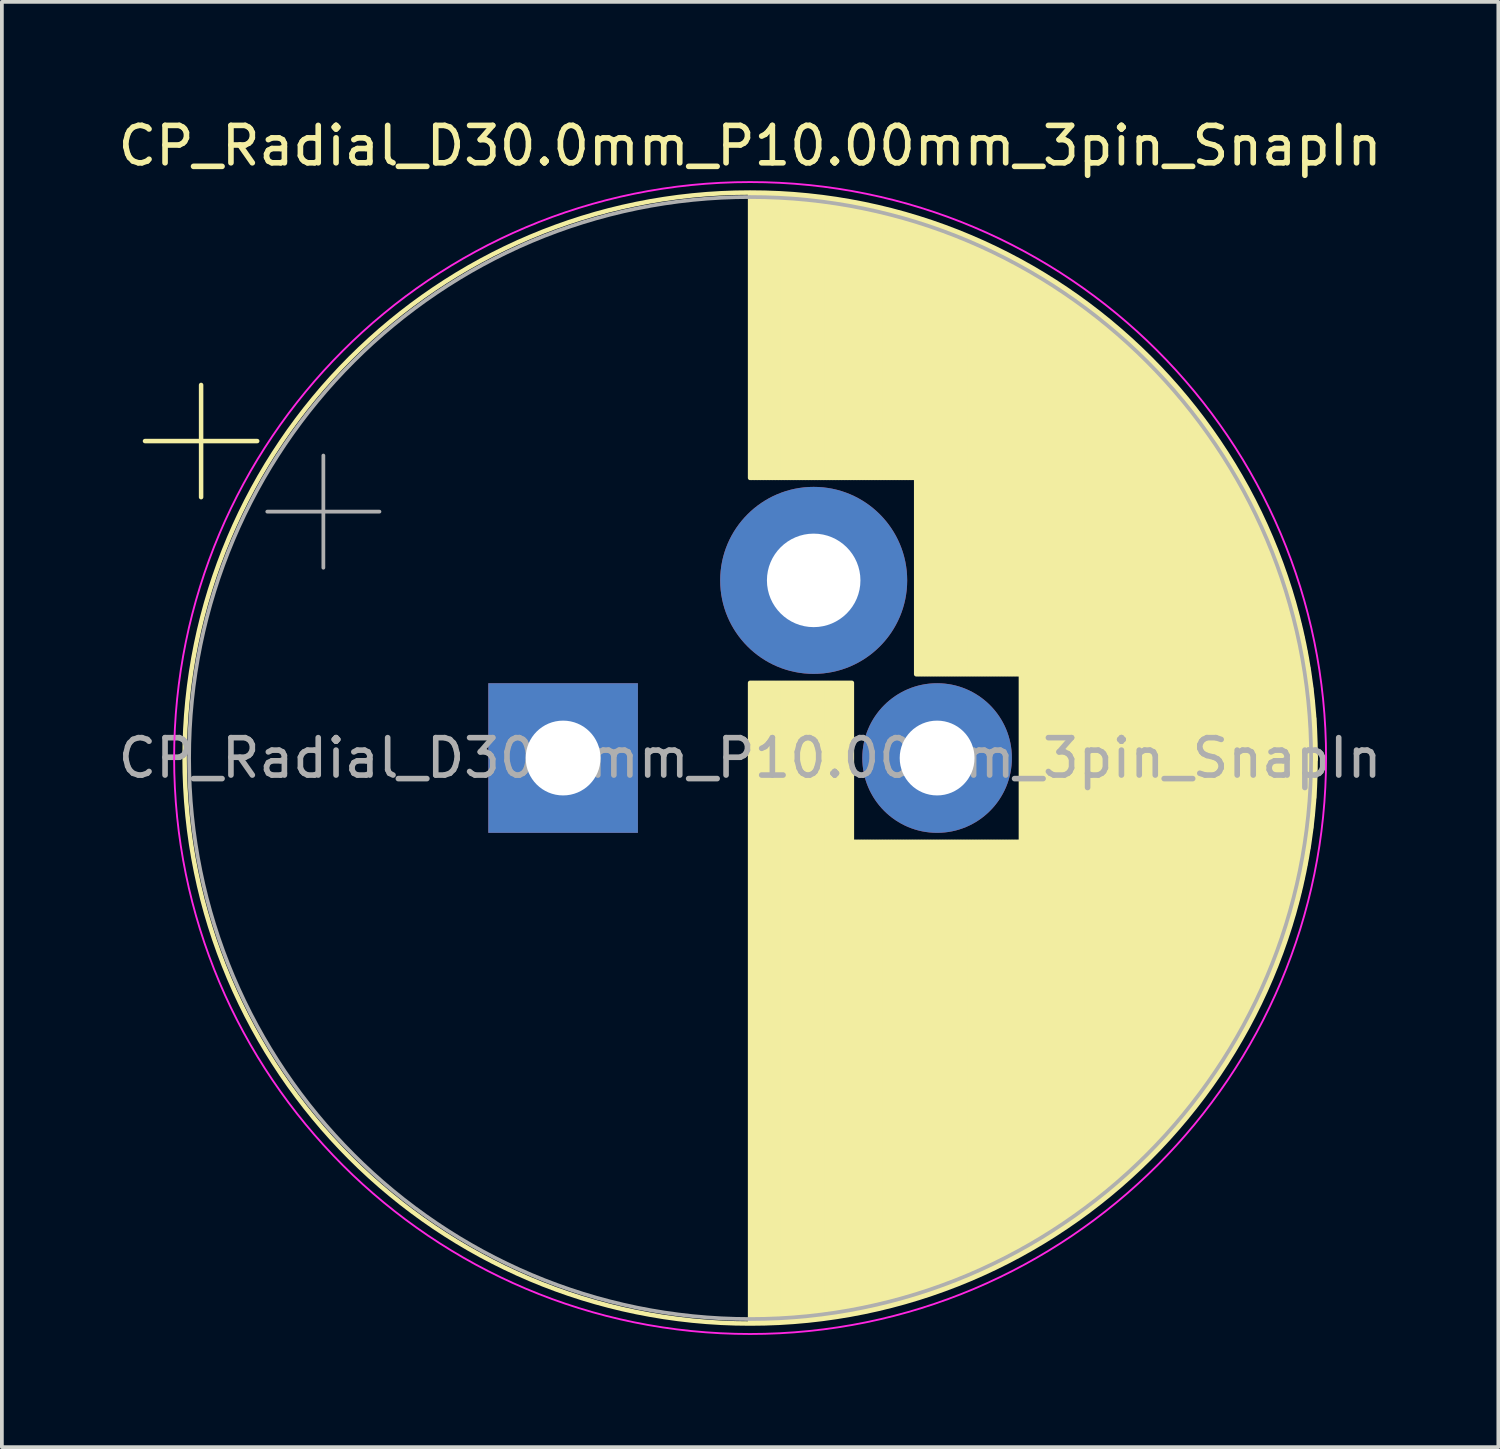
<source format=kicad_pcb>
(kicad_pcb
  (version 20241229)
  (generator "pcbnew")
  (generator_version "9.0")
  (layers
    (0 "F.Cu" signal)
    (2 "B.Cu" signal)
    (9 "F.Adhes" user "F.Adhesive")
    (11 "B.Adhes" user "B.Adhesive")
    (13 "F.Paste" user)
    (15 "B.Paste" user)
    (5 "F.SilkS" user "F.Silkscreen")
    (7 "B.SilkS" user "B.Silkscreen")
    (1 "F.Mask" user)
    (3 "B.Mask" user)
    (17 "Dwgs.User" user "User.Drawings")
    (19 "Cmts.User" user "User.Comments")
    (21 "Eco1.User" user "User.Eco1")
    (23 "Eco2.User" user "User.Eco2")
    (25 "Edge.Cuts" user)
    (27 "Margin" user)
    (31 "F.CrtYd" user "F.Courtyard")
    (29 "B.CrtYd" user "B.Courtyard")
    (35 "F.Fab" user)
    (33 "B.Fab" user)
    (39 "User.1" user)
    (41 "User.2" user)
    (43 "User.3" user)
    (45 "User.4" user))
  (footprint "CP_Radial_D30.0mm_P10.00mm_3pin_SnapIn"
    (layer "F.Cu")
    (at 12.006 17.218)
    (property "Reference" "CP_Radial_D30.0mm_P10.00mm_3pin_SnapIn" (at 5 -16.37 0) (layer "F.SilkS") (effects (font (size 1 1) (thickness 0.15))))
    (attr through_hole)
    (fp_line (start -11.179 -8.475) (end -8.179 -8.475) (stroke (width 0.12) (type solid)) (layer "F.SilkS"))
    (fp_line (start -9.679 -9.975) (end -9.679 -6.975) (stroke (width 0.12) (type solid)) (layer "F.SilkS"))
    (fp_line (start 5 -15.081) (end 5 -7.49) (stroke (width 0.12) (type solid)) (layer "F.SilkS"))
    (fp_line (start 5 -2.01) (end 5 15.081) (stroke (width 0.12) (type solid)) (layer "F.SilkS"))
    (fp_line (start 5.04 -15.08) (end 5.04 -7.49) (stroke (width 0.12) (type solid)) (layer "F.SilkS"))
    (fp_line (start 5.04 -2.01) (end 5.04 15.08) (stroke (width 0.12) (type solid)) (layer "F.SilkS"))
    (fp_line (start 5.08 -15.08) (end 5.08 -7.49) (stroke (width 0.12) (type solid)) (layer "F.SilkS"))
    (fp_line (start 5.08 -2.01) (end 5.08 15.08) (stroke (width 0.12) (type solid)) (layer "F.SilkS"))
    (fp_line (start 5.12 -15.08) (end 5.12 -7.49) (stroke (width 0.12) (type solid)) (layer "F.SilkS"))
    (fp_line (start 5.12 -2.01) (end 5.12 15.08) (stroke (width 0.12) (type solid)) (layer "F.SilkS"))
    (fp_line (start 5.16 -15.08) (end 5.16 -7.49) (stroke (width 0.12) (type solid)) (layer "F.SilkS"))
    (fp_line (start 5.16 -2.01) (end 5.16 15.08) (stroke (width 0.12) (type solid)) (layer "F.SilkS"))
    (fp_line (start 5.2 -15.079) (end 5.2 -7.49) (stroke (width 0.12) (type solid)) (layer "F.SilkS"))
    (fp_line (start 5.2 -2.01) (end 5.2 15.079) (stroke (width 0.12) (type solid)) (layer "F.SilkS"))
    (fp_line (start 5.24 -15.079) (end 5.24 -7.49) (stroke (width 0.12) (type solid)) (layer "F.SilkS"))
    (fp_line (start 5.24 -2.01) (end 5.24 15.079) (stroke (width 0.12) (type solid)) (layer "F.SilkS"))
    (fp_line (start 5.28 -15.078) (end 5.28 -7.49) (stroke (width 0.12) (type solid)) (layer "F.SilkS"))
    (fp_line (start 5.28 -2.01) (end 5.28 15.078) (stroke (width 0.12) (type solid)) (layer "F.SilkS"))
    (fp_line (start 5.32 -15.077) (end 5.32 -7.49) (stroke (width 0.12) (type solid)) (layer "F.SilkS"))
    (fp_line (start 5.32 -2.01) (end 5.32 15.077) (stroke (width 0.12) (type solid)) (layer "F.SilkS"))
    (fp_line (start 5.36 -15.076) (end 5.36 -7.49) (stroke (width 0.12) (type solid)) (layer "F.SilkS"))
    (fp_line (start 5.36 -2.01) (end 5.36 15.076) (stroke (width 0.12) (type solid)) (layer "F.SilkS"))
    (fp_line (start 5.4 -15.075) (end 5.4 -7.49) (stroke (width 0.12) (type solid)) (layer "F.SilkS"))
    (fp_line (start 5.4 -2.01) (end 5.4 15.075) (stroke (width 0.12) (type solid)) (layer "F.SilkS"))
    (fp_line (start 5.44 -15.074) (end 5.44 -7.49) (stroke (width 0.12) (type solid)) (layer "F.SilkS"))
    (fp_line (start 5.44 -2.01) (end 5.44 15.074) (stroke (width 0.12) (type solid)) (layer "F.SilkS"))
    (fp_line (start 5.48 -15.073) (end 5.48 -7.49) (stroke (width 0.12) (type solid)) (layer "F.SilkS"))
    (fp_line (start 5.48 -2.01) (end 5.48 15.073) (stroke (width 0.12) (type solid)) (layer "F.SilkS"))
    (fp_line (start 5.52 -15.072) (end 5.52 -7.49) (stroke (width 0.12) (type solid)) (layer "F.SilkS"))
    (fp_line (start 5.52 -2.01) (end 5.52 15.072) (stroke (width 0.12) (type solid)) (layer "F.SilkS"))
    (fp_line (start 5.56 -15.07) (end 5.56 -7.49) (stroke (width 0.12) (type solid)) (layer "F.SilkS"))
    (fp_line (start 5.56 -2.01) (end 5.56 15.07) (stroke (width 0.12) (type solid)) (layer "F.SilkS"))
    (fp_line (start 5.6 -15.069) (end 5.6 -7.49) (stroke (width 0.12) (type solid)) (layer "F.SilkS"))
    (fp_line (start 5.6 -2.01) (end 5.6 15.069) (stroke (width 0.12) (type solid)) (layer "F.SilkS"))
    (fp_line (start 5.64 -15.067) (end 5.64 -7.49) (stroke (width 0.12) (type solid)) (layer "F.SilkS"))
    (fp_line (start 5.64 -2.01) (end 5.64 15.067) (stroke (width 0.12) (type solid)) (layer "F.SilkS"))
    (fp_line (start 5.68 -15.065) (end 5.68 -7.49) (stroke (width 0.12) (type solid)) (layer "F.SilkS"))
    (fp_line (start 5.68 -2.01) (end 5.68 15.065) (stroke (width 0.12) (type solid)) (layer "F.SilkS"))
    (fp_line (start 5.721 -15.063) (end 5.721 -7.49) (stroke (width 0.12) (type solid)) (layer "F.SilkS"))
    (fp_line (start 5.721 -2.01) (end 5.721 15.063) (stroke (width 0.12) (type solid)) (layer "F.SilkS"))
    (fp_line (start 5.761 -15.061) (end 5.761 -7.49) (stroke (width 0.12) (type solid)) (layer "F.SilkS"))
    (fp_line (start 5.761 -2.01) (end 5.761 15.061) (stroke (width 0.12) (type solid)) (layer "F.SilkS"))
    (fp_line (start 5.801 -15.059) (end 5.801 -7.49) (stroke (width 0.12) (type solid)) (layer "F.SilkS"))
    (fp_line (start 5.801 -2.01) (end 5.801 15.059) (stroke (width 0.12) (type solid)) (layer "F.SilkS"))
    (fp_line (start 5.841 -15.057) (end 5.841 -7.49) (stroke (width 0.12) (type solid)) (layer "F.SilkS"))
    (fp_line (start 5.841 -2.01) (end 5.841 15.057) (stroke (width 0.12) (type solid)) (layer "F.SilkS"))
    (fp_line (start 5.881 -15.055) (end 5.881 -7.49) (stroke (width 0.12) (type solid)) (layer "F.SilkS"))
    (fp_line (start 5.881 -2.01) (end 5.881 15.055) (stroke (width 0.12) (type solid)) (layer "F.SilkS"))
    (fp_line (start 5.921 -15.052) (end 5.921 -7.49) (stroke (width 0.12) (type solid)) (layer "F.SilkS"))
    (fp_line (start 5.921 -2.01) (end 5.921 15.052) (stroke (width 0.12) (type solid)) (layer "F.SilkS"))
    (fp_line (start 5.961 -15.05) (end 5.961 -7.49) (stroke (width 0.12) (type solid)) (layer "F.SilkS"))
    (fp_line (start 5.961 -2.01) (end 5.961 15.05) (stroke (width 0.12) (type solid)) (layer "F.SilkS"))
    (fp_line (start 6.001 -15.047) (end 6.001 -7.49) (stroke (width 0.12) (type solid)) (layer "F.SilkS"))
    (fp_line (start 6.001 -2.01) (end 6.001 15.047) (stroke (width 0.12) (type solid)) (layer "F.SilkS"))
    (fp_line (start 6.041 -15.045) (end 6.041 -7.49) (stroke (width 0.12) (type solid)) (layer "F.SilkS"))
    (fp_line (start 6.041 -2.01) (end 6.041 15.045) (stroke (width 0.12) (type solid)) (layer "F.SilkS"))
    (fp_line (start 6.081 -15.042) (end 6.081 -7.49) (stroke (width 0.12) (type solid)) (layer "F.SilkS"))
    (fp_line (start 6.081 -2.01) (end 6.081 15.042) (stroke (width 0.12) (type solid)) (layer "F.SilkS"))
    (fp_line (start 6.121 -15.039) (end 6.121 -7.49) (stroke (width 0.12) (type solid)) (layer "F.SilkS"))
    (fp_line (start 6.121 -2.01) (end 6.121 15.039) (stroke (width 0.12) (type solid)) (layer "F.SilkS"))
    (fp_line (start 6.161 -15.036) (end 6.161 -7.49) (stroke (width 0.12) (type solid)) (layer "F.SilkS"))
    (fp_line (start 6.161 -2.01) (end 6.161 15.036) (stroke (width 0.12) (type solid)) (layer "F.SilkS"))
    (fp_line (start 6.201 -15.033) (end 6.201 -7.49) (stroke (width 0.12) (type solid)) (layer "F.SilkS"))
    (fp_line (start 6.201 -2.01) (end 6.201 15.033) (stroke (width 0.12) (type solid)) (layer "F.SilkS"))
    (fp_line (start 6.241 -15.03) (end 6.241 -7.49) (stroke (width 0.12) (type solid)) (layer "F.SilkS"))
    (fp_line (start 6.241 -2.01) (end 6.241 15.03) (stroke (width 0.12) (type solid)) (layer "F.SilkS"))
    (fp_line (start 6.281 -15.026) (end 6.281 -7.49) (stroke (width 0.12) (type solid)) (layer "F.SilkS"))
    (fp_line (start 6.281 -2.01) (end 6.281 15.026) (stroke (width 0.12) (type solid)) (layer "F.SilkS"))
    (fp_line (start 6.321 -15.023) (end 6.321 -7.49) (stroke (width 0.12) (type solid)) (layer "F.SilkS"))
    (fp_line (start 6.321 -2.01) (end 6.321 15.023) (stroke (width 0.12) (type solid)) (layer "F.SilkS"))
    (fp_line (start 6.361 -15.019) (end 6.361 -7.49) (stroke (width 0.12) (type solid)) (layer "F.SilkS"))
    (fp_line (start 6.361 -2.01) (end 6.361 15.019) (stroke (width 0.12) (type solid)) (layer "F.SilkS"))
    (fp_line (start 6.401 -15.016) (end 6.401 -7.49) (stroke (width 0.12) (type solid)) (layer "F.SilkS"))
    (fp_line (start 6.401 -2.01) (end 6.401 15.016) (stroke (width 0.12) (type solid)) (layer "F.SilkS"))
    (fp_line (start 6.441 -15.012) (end 6.441 -7.49) (stroke (width 0.12) (type solid)) (layer "F.SilkS"))
    (fp_line (start 6.441 -2.01) (end 6.441 15.012) (stroke (width 0.12) (type solid)) (layer "F.SilkS"))
    (fp_line (start 6.481 -15.008) (end 6.481 -7.49) (stroke (width 0.12) (type solid)) (layer "F.SilkS"))
    (fp_line (start 6.481 -2.01) (end 6.481 15.008) (stroke (width 0.12) (type solid)) (layer "F.SilkS"))
    (fp_line (start 6.521 -15.004) (end 6.521 -7.49) (stroke (width 0.12) (type solid)) (layer "F.SilkS"))
    (fp_line (start 6.521 -2.01) (end 6.521 15.004) (stroke (width 0.12) (type solid)) (layer "F.SilkS"))
    (fp_line (start 6.561 -15) (end 6.561 -7.49) (stroke (width 0.12) (type solid)) (layer "F.SilkS"))
    (fp_line (start 6.561 -2.01) (end 6.561 15) (stroke (width 0.12) (type solid)) (layer "F.SilkS"))
    (fp_line (start 6.601 -14.996) (end 6.601 -7.49) (stroke (width 0.12) (type solid)) (layer "F.SilkS"))
    (fp_line (start 6.601 -2.01) (end 6.601 14.996) (stroke (width 0.12) (type solid)) (layer "F.SilkS"))
    (fp_line (start 6.641 -14.991) (end 6.641 -7.49) (stroke (width 0.12) (type solid)) (layer "F.SilkS"))
    (fp_line (start 6.641 -2.01) (end 6.641 14.991) (stroke (width 0.12) (type solid)) (layer "F.SilkS"))
    (fp_line (start 6.681 -14.987) (end 6.681 -7.49) (stroke (width 0.12) (type solid)) (layer "F.SilkS"))
    (fp_line (start 6.681 -2.01) (end 6.681 14.987) (stroke (width 0.12) (type solid)) (layer "F.SilkS"))
    (fp_line (start 6.721 -14.982) (end 6.721 -7.49) (stroke (width 0.12) (type solid)) (layer "F.SilkS"))
    (fp_line (start 6.721 -2.01) (end 6.721 14.982) (stroke (width 0.12) (type solid)) (layer "F.SilkS"))
    (fp_line (start 6.761 -14.978) (end 6.761 -7.49) (stroke (width 0.12) (type solid)) (layer "F.SilkS"))
    (fp_line (start 6.761 -2.01) (end 6.761 14.978) (stroke (width 0.12) (type solid)) (layer "F.SilkS"))
    (fp_line (start 6.801 -14.973) (end 6.801 -7.49) (stroke (width 0.12) (type solid)) (layer "F.SilkS"))
    (fp_line (start 6.801 -2.01) (end 6.801 14.973) (stroke (width 0.12) (type solid)) (layer "F.SilkS"))
    (fp_line (start 6.841 -14.968) (end 6.841 -7.49) (stroke (width 0.12) (type solid)) (layer "F.SilkS"))
    (fp_line (start 6.841 -2.01) (end 6.841 14.968) (stroke (width 0.12) (type solid)) (layer "F.SilkS"))
    (fp_line (start 6.881 -14.963) (end 6.881 -7.49) (stroke (width 0.12) (type solid)) (layer "F.SilkS"))
    (fp_line (start 6.881 -2.01) (end 6.881 14.963) (stroke (width 0.12) (type solid)) (layer "F.SilkS"))
    (fp_line (start 6.921 -14.958) (end 6.921 -7.49) (stroke (width 0.12) (type solid)) (layer "F.SilkS"))
    (fp_line (start 6.921 -2.01) (end 6.921 14.958) (stroke (width 0.12) (type solid)) (layer "F.SilkS"))
    (fp_line (start 6.961 -14.953) (end 6.961 -7.49) (stroke (width 0.12) (type solid)) (layer "F.SilkS"))
    (fp_line (start 6.961 -2.01) (end 6.961 14.953) (stroke (width 0.12) (type solid)) (layer "F.SilkS"))
    (fp_line (start 7.001 -14.948) (end 7.001 -7.49) (stroke (width 0.12) (type solid)) (layer "F.SilkS"))
    (fp_line (start 7.001 -2.01) (end 7.001 14.948) (stroke (width 0.12) (type solid)) (layer "F.SilkS"))
    (fp_line (start 7.041 -14.942) (end 7.041 -7.49) (stroke (width 0.12) (type solid)) (layer "F.SilkS"))
    (fp_line (start 7.041 -2.01) (end 7.041 14.942) (stroke (width 0.12) (type solid)) (layer "F.SilkS"))
    (fp_line (start 7.081 -14.937) (end 7.081 -7.49) (stroke (width 0.12) (type solid)) (layer "F.SilkS"))
    (fp_line (start 7.081 -2.01) (end 7.081 14.937) (stroke (width 0.12) (type solid)) (layer "F.SilkS"))
    (fp_line (start 7.121 -14.931) (end 7.121 -7.49) (stroke (width 0.12) (type solid)) (layer "F.SilkS"))
    (fp_line (start 7.121 -2.01) (end 7.121 14.931) (stroke (width 0.12) (type solid)) (layer "F.SilkS"))
    (fp_line (start 7.161 -14.925) (end 7.161 -7.49) (stroke (width 0.12) (type solid)) (layer "F.SilkS"))
    (fp_line (start 7.161 -2.01) (end 7.161 14.925) (stroke (width 0.12) (type solid)) (layer "F.SilkS"))
    (fp_line (start 7.201 -14.92) (end 7.201 -7.49) (stroke (width 0.12) (type solid)) (layer "F.SilkS"))
    (fp_line (start 7.201 -2.01) (end 7.201 14.92) (stroke (width 0.12) (type solid)) (layer "F.SilkS"))
    (fp_line (start 7.241 -14.914) (end 7.241 -7.49) (stroke (width 0.12) (type solid)) (layer "F.SilkS"))
    (fp_line (start 7.241 -2.01) (end 7.241 14.914) (stroke (width 0.12) (type solid)) (layer "F.SilkS"))
    (fp_line (start 7.281 -14.908) (end 7.281 -7.49) (stroke (width 0.12) (type solid)) (layer "F.SilkS"))
    (fp_line (start 7.281 -2.01) (end 7.281 14.908) (stroke (width 0.12) (type solid)) (layer "F.SilkS"))
    (fp_line (start 7.321 -14.901) (end 7.321 -7.49) (stroke (width 0.12) (type solid)) (layer "F.SilkS"))
    (fp_line (start 7.321 -2.01) (end 7.321 14.901) (stroke (width 0.12) (type solid)) (layer "F.SilkS"))
    (fp_line (start 7.361 -14.895) (end 7.361 -7.49) (stroke (width 0.12) (type solid)) (layer "F.SilkS"))
    (fp_line (start 7.361 -2.01) (end 7.361 14.895) (stroke (width 0.12) (type solid)) (layer "F.SilkS"))
    (fp_line (start 7.401 -14.889) (end 7.401 -7.49) (stroke (width 0.12) (type solid)) (layer "F.SilkS"))
    (fp_line (start 7.401 -2.01) (end 7.401 14.889) (stroke (width 0.12) (type solid)) (layer "F.SilkS"))
    (fp_line (start 7.441 -14.882) (end 7.441 -7.49) (stroke (width 0.12) (type solid)) (layer "F.SilkS"))
    (fp_line (start 7.441 -2.01) (end 7.441 14.882) (stroke (width 0.12) (type solid)) (layer "F.SilkS"))
    (fp_line (start 7.481 -14.876) (end 7.481 -7.49) (stroke (width 0.12) (type solid)) (layer "F.SilkS"))
    (fp_line (start 7.481 -2.01) (end 7.481 14.876) (stroke (width 0.12) (type solid)) (layer "F.SilkS"))
    (fp_line (start 7.521 -14.869) (end 7.521 -7.49) (stroke (width 0.12) (type solid)) (layer "F.SilkS"))
    (fp_line (start 7.521 -2.01) (end 7.521 14.869) (stroke (width 0.12) (type solid)) (layer "F.SilkS"))
    (fp_line (start 7.561 -14.862) (end 7.561 -7.49) (stroke (width 0.12) (type solid)) (layer "F.SilkS"))
    (fp_line (start 7.561 -2.01) (end 7.561 14.862) (stroke (width 0.12) (type solid)) (layer "F.SilkS"))
    (fp_line (start 7.601 -14.855) (end 7.601 -7.49) (stroke (width 0.12) (type solid)) (layer "F.SilkS"))
    (fp_line (start 7.601 -2.01) (end 7.601 14.855) (stroke (width 0.12) (type solid)) (layer "F.SilkS"))
    (fp_line (start 7.641 -14.848) (end 7.641 -7.49) (stroke (width 0.12) (type solid)) (layer "F.SilkS"))
    (fp_line (start 7.641 -2.01) (end 7.641 14.848) (stroke (width 0.12) (type solid)) (layer "F.SilkS"))
    (fp_line (start 7.681 -14.841) (end 7.681 -7.49) (stroke (width 0.12) (type solid)) (layer "F.SilkS"))
    (fp_line (start 7.681 -2.01) (end 7.681 14.841) (stroke (width 0.12) (type solid)) (layer "F.SilkS"))
    (fp_line (start 7.721 -14.834) (end 7.721 -7.49) (stroke (width 0.12) (type solid)) (layer "F.SilkS"))
    (fp_line (start 7.721 -2.01) (end 7.721 14.834) (stroke (width 0.12) (type solid)) (layer "F.SilkS"))
    (fp_line (start 7.761 -14.826) (end 7.761 -7.49) (stroke (width 0.12) (type solid)) (layer "F.SilkS"))
    (fp_line (start 7.761 2.24) (end 7.761 14.826) (stroke (width 0.12) (type solid)) (layer "F.SilkS"))
    (fp_line (start 7.801 -14.819) (end 7.801 -7.49) (stroke (width 0.12) (type solid)) (layer "F.SilkS"))
    (fp_line (start 7.801 2.24) (end 7.801 14.819) (stroke (width 0.12) (type solid)) (layer "F.SilkS"))
    (fp_line (start 7.841 -14.811) (end 7.841 -7.49) (stroke (width 0.12) (type solid)) (layer "F.SilkS"))
    (fp_line (start 7.841 2.24) (end 7.841 14.811) (stroke (width 0.12) (type solid)) (layer "F.SilkS"))
    (fp_line (start 7.881 -14.804) (end 7.881 -7.49) (stroke (width 0.12) (type solid)) (layer "F.SilkS"))
    (fp_line (start 7.881 2.24) (end 7.881 14.804) (stroke (width 0.12) (type solid)) (layer "F.SilkS"))
    (fp_line (start 7.921 -14.796) (end 7.921 -7.49) (stroke (width 0.12) (type solid)) (layer "F.SilkS"))
    (fp_line (start 7.921 2.24) (end 7.921 14.796) (stroke (width 0.12) (type solid)) (layer "F.SilkS"))
    (fp_line (start 7.961 -14.788) (end 7.961 -7.49) (stroke (width 0.12) (type solid)) (layer "F.SilkS"))
    (fp_line (start 7.961 2.24) (end 7.961 14.788) (stroke (width 0.12) (type solid)) (layer "F.SilkS"))
    (fp_line (start 8.001 -14.78) (end 8.001 -7.49) (stroke (width 0.12) (type solid)) (layer "F.SilkS"))
    (fp_line (start 8.001 2.24) (end 8.001 14.78) (stroke (width 0.12) (type solid)) (layer "F.SilkS"))
    (fp_line (start 8.041 -14.772) (end 8.041 -7.49) (stroke (width 0.12) (type solid)) (layer "F.SilkS"))
    (fp_line (start 8.041 2.24) (end 8.041 14.772) (stroke (width 0.12) (type solid)) (layer "F.SilkS"))
    (fp_line (start 8.081 -14.763) (end 8.081 -7.49) (stroke (width 0.12) (type solid)) (layer "F.SilkS"))
    (fp_line (start 8.081 2.24) (end 8.081 14.763) (stroke (width 0.12) (type solid)) (layer "F.SilkS"))
    (fp_line (start 8.121 -14.755) (end 8.121 -7.49) (stroke (width 0.12) (type solid)) (layer "F.SilkS"))
    (fp_line (start 8.121 2.24) (end 8.121 14.755) (stroke (width 0.12) (type solid)) (layer "F.SilkS"))
    (fp_line (start 8.161 -14.747) (end 8.161 -7.49) (stroke (width 0.12) (type solid)) (layer "F.SilkS"))
    (fp_line (start 8.161 2.24) (end 8.161 14.747) (stroke (width 0.12) (type solid)) (layer "F.SilkS"))
    (fp_line (start 8.201 -14.738) (end 8.201 -7.49) (stroke (width 0.12) (type solid)) (layer "F.SilkS"))
    (fp_line (start 8.201 2.24) (end 8.201 14.738) (stroke (width 0.12) (type solid)) (layer "F.SilkS"))
    (fp_line (start 8.241 -14.729) (end 8.241 -7.49) (stroke (width 0.12) (type solid)) (layer "F.SilkS"))
    (fp_line (start 8.241 2.24) (end 8.241 14.729) (stroke (width 0.12) (type solid)) (layer "F.SilkS"))
    (fp_line (start 8.281 -14.72) (end 8.281 -7.49) (stroke (width 0.12) (type solid)) (layer "F.SilkS"))
    (fp_line (start 8.281 2.24) (end 8.281 14.72) (stroke (width 0.12) (type solid)) (layer "F.SilkS"))
    (fp_line (start 8.321 -14.711) (end 8.321 -7.49) (stroke (width 0.12) (type solid)) (layer "F.SilkS"))
    (fp_line (start 8.321 2.24) (end 8.321 14.711) (stroke (width 0.12) (type solid)) (layer "F.SilkS"))
    (fp_line (start 8.361 -14.702) (end 8.361 -7.49) (stroke (width 0.12) (type solid)) (layer "F.SilkS"))
    (fp_line (start 8.361 2.24) (end 8.361 14.702) (stroke (width 0.12) (type solid)) (layer "F.SilkS"))
    (fp_line (start 8.401 -14.693) (end 8.401 -7.49) (stroke (width 0.12) (type solid)) (layer "F.SilkS"))
    (fp_line (start 8.401 2.24) (end 8.401 14.693) (stroke (width 0.12) (type solid)) (layer "F.SilkS"))
    (fp_line (start 8.441 -14.684) (end 8.441 -7.49) (stroke (width 0.12) (type solid)) (layer "F.SilkS"))
    (fp_line (start 8.441 2.24) (end 8.441 14.684) (stroke (width 0.12) (type solid)) (layer "F.SilkS"))
    (fp_line (start 8.481 -14.675) (end 8.481 -7.49) (stroke (width 0.12) (type solid)) (layer "F.SilkS"))
    (fp_line (start 8.481 2.24) (end 8.481 14.675) (stroke (width 0.12) (type solid)) (layer "F.SilkS"))
    (fp_line (start 8.521 -14.665) (end 8.521 -7.49) (stroke (width 0.12) (type solid)) (layer "F.SilkS"))
    (fp_line (start 8.521 2.24) (end 8.521 14.665) (stroke (width 0.12) (type solid)) (layer "F.SilkS"))
    (fp_line (start 8.561 -14.655) (end 8.561 -7.49) (stroke (width 0.12) (type solid)) (layer "F.SilkS"))
    (fp_line (start 8.561 2.24) (end 8.561 14.655) (stroke (width 0.12) (type solid)) (layer "F.SilkS"))
    (fp_line (start 8.601 -14.646) (end 8.601 -7.49) (stroke (width 0.12) (type solid)) (layer "F.SilkS"))
    (fp_line (start 8.601 2.24) (end 8.601 14.646) (stroke (width 0.12) (type solid)) (layer "F.SilkS"))
    (fp_line (start 8.641 -14.636) (end 8.641 -7.49) (stroke (width 0.12) (type solid)) (layer "F.SilkS"))
    (fp_line (start 8.641 2.24) (end 8.641 14.636) (stroke (width 0.12) (type solid)) (layer "F.SilkS"))
    (fp_line (start 8.681 -14.626) (end 8.681 -7.49) (stroke (width 0.12) (type solid)) (layer "F.SilkS"))
    (fp_line (start 8.681 2.24) (end 8.681 14.626) (stroke (width 0.12) (type solid)) (layer "F.SilkS"))
    (fp_line (start 8.721 -14.616) (end 8.721 -7.49) (stroke (width 0.12) (type solid)) (layer "F.SilkS"))
    (fp_line (start 8.721 2.24) (end 8.721 14.616) (stroke (width 0.12) (type solid)) (layer "F.SilkS"))
    (fp_line (start 8.761 -14.606) (end 8.761 -7.49) (stroke (width 0.12) (type solid)) (layer "F.SilkS"))
    (fp_line (start 8.761 2.24) (end 8.761 14.606) (stroke (width 0.12) (type solid)) (layer "F.SilkS"))
    (fp_line (start 8.801 -14.595) (end 8.801 -7.49) (stroke (width 0.12) (type solid)) (layer "F.SilkS"))
    (fp_line (start 8.801 2.24) (end 8.801 14.595) (stroke (width 0.12) (type solid)) (layer "F.SilkS"))
    (fp_line (start 8.841 -14.585) (end 8.841 -7.49) (stroke (width 0.12) (type solid)) (layer "F.SilkS"))
    (fp_line (start 8.841 2.24) (end 8.841 14.585) (stroke (width 0.12) (type solid)) (layer "F.SilkS"))
    (fp_line (start 8.881 -14.574) (end 8.881 -7.49) (stroke (width 0.12) (type solid)) (layer "F.SilkS"))
    (fp_line (start 8.881 2.24) (end 8.881 14.574) (stroke (width 0.12) (type solid)) (layer "F.SilkS"))
    (fp_line (start 8.921 -14.564) (end 8.921 -7.49) (stroke (width 0.12) (type solid)) (layer "F.SilkS"))
    (fp_line (start 8.921 2.24) (end 8.921 14.564) (stroke (width 0.12) (type solid)) (layer "F.SilkS"))
    (fp_line (start 8.961 -14.553) (end 8.961 -7.49) (stroke (width 0.12) (type solid)) (layer "F.SilkS"))
    (fp_line (start 8.961 2.24) (end 8.961 14.553) (stroke (width 0.12) (type solid)) (layer "F.SilkS"))
    (fp_line (start 9.001 -14.542) (end 9.001 -7.49) (stroke (width 0.12) (type solid)) (layer "F.SilkS"))
    (fp_line (start 9.001 2.24) (end 9.001 14.542) (stroke (width 0.12) (type solid)) (layer "F.SilkS"))
    (fp_line (start 9.041 -14.531) (end 9.041 -7.49) (stroke (width 0.12) (type solid)) (layer "F.SilkS"))
    (fp_line (start 9.041 2.24) (end 9.041 14.531) (stroke (width 0.12) (type solid)) (layer "F.SilkS"))
    (fp_line (start 9.081 -14.52) (end 9.081 -7.49) (stroke (width 0.12) (type solid)) (layer "F.SilkS"))
    (fp_line (start 9.081 2.24) (end 9.081 14.52) (stroke (width 0.12) (type solid)) (layer "F.SilkS"))
    (fp_line (start 9.121 -14.508) (end 9.121 -7.49) (stroke (width 0.12) (type solid)) (layer "F.SilkS"))
    (fp_line (start 9.121 2.24) (end 9.121 14.508) (stroke (width 0.12) (type solid)) (layer "F.SilkS"))
    (fp_line (start 9.161 -14.497) (end 9.161 -7.49) (stroke (width 0.12) (type solid)) (layer "F.SilkS"))
    (fp_line (start 9.161 2.24) (end 9.161 14.497) (stroke (width 0.12) (type solid)) (layer "F.SilkS"))
    (fp_line (start 9.201 -14.485) (end 9.201 -7.49) (stroke (width 0.12) (type solid)) (layer "F.SilkS"))
    (fp_line (start 9.201 2.24) (end 9.201 14.485) (stroke (width 0.12) (type solid)) (layer "F.SilkS"))
    (fp_line (start 9.241 -14.474) (end 9.241 -7.49) (stroke (width 0.12) (type solid)) (layer "F.SilkS"))
    (fp_line (start 9.241 2.24) (end 9.241 14.474) (stroke (width 0.12) (type solid)) (layer "F.SilkS"))
    (fp_line (start 9.281 -14.462) (end 9.281 -7.49) (stroke (width 0.12) (type solid)) (layer "F.SilkS"))
    (fp_line (start 9.281 2.24) (end 9.281 14.462) (stroke (width 0.12) (type solid)) (layer "F.SilkS"))
    (fp_line (start 9.321 -14.45) (end 9.321 -7.49) (stroke (width 0.12) (type solid)) (layer "F.SilkS"))
    (fp_line (start 9.321 2.24) (end 9.321 14.45) (stroke (width 0.12) (type solid)) (layer "F.SilkS"))
    (fp_line (start 9.361 -14.438) (end 9.361 -7.49) (stroke (width 0.12) (type solid)) (layer "F.SilkS"))
    (fp_line (start 9.361 2.24) (end 9.361 14.438) (stroke (width 0.12) (type solid)) (layer "F.SilkS"))
    (fp_line (start 9.401 -14.426) (end 9.401 -7.49) (stroke (width 0.12) (type solid)) (layer "F.SilkS"))
    (fp_line (start 9.401 2.24) (end 9.401 14.426) (stroke (width 0.12) (type solid)) (layer "F.SilkS"))
    (fp_line (start 9.441 -14.414) (end 9.441 -2.24) (stroke (width 0.12) (type solid)) (layer "F.SilkS"))
    (fp_line (start 9.441 2.24) (end 9.441 14.414) (stroke (width 0.12) (type solid)) (layer "F.SilkS"))
    (fp_line (start 9.481 -14.402) (end 9.481 -2.24) (stroke (width 0.12) (type solid)) (layer "F.SilkS"))
    (fp_line (start 9.481 2.24) (end 9.481 14.402) (stroke (width 0.12) (type solid)) (layer "F.SilkS"))
    (fp_line (start 9.521 -14.389) (end 9.521 -2.24) (stroke (width 0.12) (type solid)) (layer "F.SilkS"))
    (fp_line (start 9.521 2.24) (end 9.521 14.389) (stroke (width 0.12) (type solid)) (layer "F.SilkS"))
    (fp_line (start 9.561 -14.376) (end 9.561 -2.24) (stroke (width 0.12) (type solid)) (layer "F.SilkS"))
    (fp_line (start 9.561 2.24) (end 9.561 14.376) (stroke (width 0.12) (type solid)) (layer "F.SilkS"))
    (fp_line (start 9.601 -14.364) (end 9.601 -2.24) (stroke (width 0.12) (type solid)) (layer "F.SilkS"))
    (fp_line (start 9.601 2.24) (end 9.601 14.364) (stroke (width 0.12) (type solid)) (layer "F.SilkS"))
    (fp_line (start 9.641 -14.351) (end 9.641 -2.24) (stroke (width 0.12) (type solid)) (layer "F.SilkS"))
    (fp_line (start 9.641 2.24) (end 9.641 14.351) (stroke (width 0.12) (type solid)) (layer "F.SilkS"))
    (fp_line (start 9.681 -14.338) (end 9.681 -2.24) (stroke (width 0.12) (type solid)) (layer "F.SilkS"))
    (fp_line (start 9.681 2.24) (end 9.681 14.338) (stroke (width 0.12) (type solid)) (layer "F.SilkS"))
    (fp_line (start 9.721 -14.325) (end 9.721 -2.24) (stroke (width 0.12) (type solid)) (layer "F.SilkS"))
    (fp_line (start 9.721 2.24) (end 9.721 14.325) (stroke (width 0.12) (type solid)) (layer "F.SilkS"))
    (fp_line (start 9.761 -14.312) (end 9.761 -2.24) (stroke (width 0.12) (type solid)) (layer "F.SilkS"))
    (fp_line (start 9.761 2.24) (end 9.761 14.312) (stroke (width 0.12) (type solid)) (layer "F.SilkS"))
    (fp_line (start 9.801 -14.298) (end 9.801 -2.24) (stroke (width 0.12) (type solid)) (layer "F.SilkS"))
    (fp_line (start 9.801 2.24) (end 9.801 14.298) (stroke (width 0.12) (type solid)) (layer "F.SilkS"))
    (fp_line (start 9.841 -14.285) (end 9.841 -2.24) (stroke (width 0.12) (type solid)) (layer "F.SilkS"))
    (fp_line (start 9.841 2.24) (end 9.841 14.285) (stroke (width 0.12) (type solid)) (layer "F.SilkS"))
    (fp_line (start 9.881 -14.271) (end 9.881 -2.24) (stroke (width 0.12) (type solid)) (layer "F.SilkS"))
    (fp_line (start 9.881 2.24) (end 9.881 14.271) (stroke (width 0.12) (type solid)) (layer "F.SilkS"))
    (fp_line (start 9.921 -14.258) (end 9.921 -2.24) (stroke (width 0.12) (type solid)) (layer "F.SilkS"))
    (fp_line (start 9.921 2.24) (end 9.921 14.258) (stroke (width 0.12) (type solid)) (layer "F.SilkS"))
    (fp_line (start 9.961 -14.244) (end 9.961 -2.24) (stroke (width 0.12) (type solid)) (layer "F.SilkS"))
    (fp_line (start 9.961 2.24) (end 9.961 14.244) (stroke (width 0.12) (type solid)) (layer "F.SilkS"))
    (fp_line (start 10.001 -14.23) (end 10.001 -2.24) (stroke (width 0.12) (type solid)) (layer "F.SilkS"))
    (fp_line (start 10.001 2.24) (end 10.001 14.23) (stroke (width 0.12) (type solid)) (layer "F.SilkS"))
    (fp_line (start 10.041 -14.216) (end 10.041 -2.24) (stroke (width 0.12) (type solid)) (layer "F.SilkS"))
    (fp_line (start 10.041 2.24) (end 10.041 14.216) (stroke (width 0.12) (type solid)) (layer "F.SilkS"))
    (fp_line (start 10.081 -14.202) (end 10.081 -2.24) (stroke (width 0.12) (type solid)) (layer "F.SilkS"))
    (fp_line (start 10.081 2.24) (end 10.081 14.202) (stroke (width 0.12) (type solid)) (layer "F.SilkS"))
    (fp_line (start 10.121 -14.187) (end 10.121 -2.24) (stroke (width 0.12) (type solid)) (layer "F.SilkS"))
    (fp_line (start 10.121 2.24) (end 10.121 14.187) (stroke (width 0.12) (type solid)) (layer "F.SilkS"))
    (fp_line (start 10.161 -14.173) (end 10.161 -2.24) (stroke (width 0.12) (type solid)) (layer "F.SilkS"))
    (fp_line (start 10.161 2.24) (end 10.161 14.173) (stroke (width 0.12) (type solid)) (layer "F.SilkS"))
    (fp_line (start 10.201 -14.158) (end 10.201 -2.24) (stroke (width 0.12) (type solid)) (layer "F.SilkS"))
    (fp_line (start 10.201 2.24) (end 10.201 14.158) (stroke (width 0.12) (type solid)) (layer "F.SilkS"))
    (fp_line (start 10.241 -14.143) (end 10.241 -2.24) (stroke (width 0.12) (type solid)) (layer "F.SilkS"))
    (fp_line (start 10.241 2.24) (end 10.241 14.143) (stroke (width 0.12) (type solid)) (layer "F.SilkS"))
    (fp_line (start 10.281 -14.129) (end 10.281 -2.24) (stroke (width 0.12) (type solid)) (layer "F.SilkS"))
    (fp_line (start 10.281 2.24) (end 10.281 14.129) (stroke (width 0.12) (type solid)) (layer "F.SilkS"))
    (fp_line (start 10.321 -14.114) (end 10.321 -2.24) (stroke (width 0.12) (type solid)) (layer "F.SilkS"))
    (fp_line (start 10.321 2.24) (end 10.321 14.114) (stroke (width 0.12) (type solid)) (layer "F.SilkS"))
    (fp_line (start 10.361 -14.099) (end 10.361 -2.24) (stroke (width 0.12) (type solid)) (layer "F.SilkS"))
    (fp_line (start 10.361 2.24) (end 10.361 14.099) (stroke (width 0.12) (type solid)) (layer "F.SilkS"))
    (fp_line (start 10.401 -14.083) (end 10.401 -2.24) (stroke (width 0.12) (type solid)) (layer "F.SilkS"))
    (fp_line (start 10.401 2.24) (end 10.401 14.083) (stroke (width 0.12) (type solid)) (layer "F.SilkS"))
    (fp_line (start 10.441 -14.068) (end 10.441 -2.24) (stroke (width 0.12) (type solid)) (layer "F.SilkS"))
    (fp_line (start 10.441 2.24) (end 10.441 14.068) (stroke (width 0.12) (type solid)) (layer "F.SilkS"))
    (fp_line (start 10.481 -14.052) (end 10.481 -2.24) (stroke (width 0.12) (type solid)) (layer "F.SilkS"))
    (fp_line (start 10.481 2.24) (end 10.481 14.052) (stroke (width 0.12) (type solid)) (layer "F.SilkS"))
    (fp_line (start 10.521 -14.037) (end 10.521 -2.24) (stroke (width 0.12) (type solid)) (layer "F.SilkS"))
    (fp_line (start 10.521 2.24) (end 10.521 14.037) (stroke (width 0.12) (type solid)) (layer "F.SilkS"))
    (fp_line (start 10.561 -14.021) (end 10.561 -2.24) (stroke (width 0.12) (type solid)) (layer "F.SilkS"))
    (fp_line (start 10.561 2.24) (end 10.561 14.021) (stroke (width 0.12) (type solid)) (layer "F.SilkS"))
    (fp_line (start 10.601 -14.005) (end 10.601 -2.24) (stroke (width 0.12) (type solid)) (layer "F.SilkS"))
    (fp_line (start 10.601 2.24) (end 10.601 14.005) (stroke (width 0.12) (type solid)) (layer "F.SilkS"))
    (fp_line (start 10.641 -13.989) (end 10.641 -2.24) (stroke (width 0.12) (type solid)) (layer "F.SilkS"))
    (fp_line (start 10.641 2.24) (end 10.641 13.989) (stroke (width 0.12) (type solid)) (layer "F.SilkS"))
    (fp_line (start 10.681 -13.973) (end 10.681 -2.24) (stroke (width 0.12) (type solid)) (layer "F.SilkS"))
    (fp_line (start 10.681 2.24) (end 10.681 13.973) (stroke (width 0.12) (type solid)) (layer "F.SilkS"))
    (fp_line (start 10.721 -13.957) (end 10.721 -2.24) (stroke (width 0.12) (type solid)) (layer "F.SilkS"))
    (fp_line (start 10.721 2.24) (end 10.721 13.957) (stroke (width 0.12) (type solid)) (layer "F.SilkS"))
    (fp_line (start 10.761 -13.94) (end 10.761 -2.24) (stroke (width 0.12) (type solid)) (layer "F.SilkS"))
    (fp_line (start 10.761 2.24) (end 10.761 13.94) (stroke (width 0.12) (type solid)) (layer "F.SilkS"))
    (fp_line (start 10.801 -13.924) (end 10.801 -2.24) (stroke (width 0.12) (type solid)) (layer "F.SilkS"))
    (fp_line (start 10.801 2.24) (end 10.801 13.924) (stroke (width 0.12) (type solid)) (layer "F.SilkS"))
    (fp_line (start 10.841 -13.907) (end 10.841 -2.24) (stroke (width 0.12) (type solid)) (layer "F.SilkS"))
    (fp_line (start 10.841 2.24) (end 10.841 13.907) (stroke (width 0.12) (type solid)) (layer "F.SilkS"))
    (fp_line (start 10.881 -13.89) (end 10.881 -2.24) (stroke (width 0.12) (type solid)) (layer "F.SilkS"))
    (fp_line (start 10.881 2.24) (end 10.881 13.89) (stroke (width 0.12) (type solid)) (layer "F.SilkS"))
    (fp_line (start 10.921 -13.873) (end 10.921 -2.24) (stroke (width 0.12) (type solid)) (layer "F.SilkS"))
    (fp_line (start 10.921 2.24) (end 10.921 13.873) (stroke (width 0.12) (type solid)) (layer "F.SilkS"))
    (fp_line (start 10.961 -13.856) (end 10.961 -2.24) (stroke (width 0.12) (type solid)) (layer "F.SilkS"))
    (fp_line (start 10.961 2.24) (end 10.961 13.856) (stroke (width 0.12) (type solid)) (layer "F.SilkS"))
    (fp_line (start 11.001 -13.839) (end 11.001 -2.24) (stroke (width 0.12) (type solid)) (layer "F.SilkS"))
    (fp_line (start 11.001 2.24) (end 11.001 13.839) (stroke (width 0.12) (type solid)) (layer "F.SilkS"))
    (fp_line (start 11.041 -13.822) (end 11.041 -2.24) (stroke (width 0.12) (type solid)) (layer "F.SilkS"))
    (fp_line (start 11.041 2.24) (end 11.041 13.822) (stroke (width 0.12) (type solid)) (layer "F.SilkS"))
    (fp_line (start 11.081 -13.804) (end 11.081 -2.24) (stroke (width 0.12) (type solid)) (layer "F.SilkS"))
    (fp_line (start 11.081 2.24) (end 11.081 13.804) (stroke (width 0.12) (type solid)) (layer "F.SilkS"))
    (fp_line (start 11.121 -13.787) (end 11.121 -2.24) (stroke (width 0.12) (type solid)) (layer "F.SilkS"))
    (fp_line (start 11.121 2.24) (end 11.121 13.787) (stroke (width 0.12) (type solid)) (layer "F.SilkS"))
    (fp_line (start 11.161 -13.769) (end 11.161 -2.24) (stroke (width 0.12) (type solid)) (layer "F.SilkS"))
    (fp_line (start 11.161 2.24) (end 11.161 13.769) (stroke (width 0.12) (type solid)) (layer "F.SilkS"))
    (fp_line (start 11.201 -13.751) (end 11.201 -2.24) (stroke (width 0.12) (type solid)) (layer "F.SilkS"))
    (fp_line (start 11.201 2.24) (end 11.201 13.751) (stroke (width 0.12) (type solid)) (layer "F.SilkS"))
    (fp_line (start 11.241 -13.733) (end 11.241 -2.24) (stroke (width 0.12) (type solid)) (layer "F.SilkS"))
    (fp_line (start 11.241 2.24) (end 11.241 13.733) (stroke (width 0.12) (type solid)) (layer "F.SilkS"))
    (fp_line (start 11.281 -13.715) (end 11.281 -2.24) (stroke (width 0.12) (type solid)) (layer "F.SilkS"))
    (fp_line (start 11.281 2.24) (end 11.281 13.715) (stroke (width 0.12) (type solid)) (layer "F.SilkS"))
    (fp_line (start 11.321 -13.696) (end 11.321 -2.24) (stroke (width 0.12) (type solid)) (layer "F.SilkS"))
    (fp_line (start 11.321 2.24) (end 11.321 13.696) (stroke (width 0.12) (type solid)) (layer "F.SilkS"))
    (fp_line (start 11.361 -13.678) (end 11.361 -2.24) (stroke (width 0.12) (type solid)) (layer "F.SilkS"))
    (fp_line (start 11.361 2.24) (end 11.361 13.678) (stroke (width 0.12) (type solid)) (layer "F.SilkS"))
    (fp_line (start 11.401 -13.659) (end 11.401 -2.24) (stroke (width 0.12) (type solid)) (layer "F.SilkS"))
    (fp_line (start 11.401 2.24) (end 11.401 13.659) (stroke (width 0.12) (type solid)) (layer "F.SilkS"))
    (fp_line (start 11.441 -13.64) (end 11.441 -2.24) (stroke (width 0.12) (type solid)) (layer "F.SilkS"))
    (fp_line (start 11.441 2.24) (end 11.441 13.64) (stroke (width 0.12) (type solid)) (layer "F.SilkS"))
    (fp_line (start 11.481 -13.622) (end 11.481 -2.24) (stroke (width 0.12) (type solid)) (layer "F.SilkS"))
    (fp_line (start 11.481 2.24) (end 11.481 13.622) (stroke (width 0.12) (type solid)) (layer "F.SilkS"))
    (fp_line (start 11.521 -13.602) (end 11.521 -2.24) (stroke (width 0.12) (type solid)) (layer "F.SilkS"))
    (fp_line (start 11.521 2.24) (end 11.521 13.602) (stroke (width 0.12) (type solid)) (layer "F.SilkS"))
    (fp_line (start 11.561 -13.583) (end 11.561 -2.24) (stroke (width 0.12) (type solid)) (layer "F.SilkS"))
    (fp_line (start 11.561 2.24) (end 11.561 13.583) (stroke (width 0.12) (type solid)) (layer "F.SilkS"))
    (fp_line (start 11.601 -13.564) (end 11.601 -2.24) (stroke (width 0.12) (type solid)) (layer "F.SilkS"))
    (fp_line (start 11.601 2.24) (end 11.601 13.564) (stroke (width 0.12) (type solid)) (layer "F.SilkS"))
    (fp_line (start 11.641 -13.544) (end 11.641 -2.24) (stroke (width 0.12) (type solid)) (layer "F.SilkS"))
    (fp_line (start 11.641 2.24) (end 11.641 13.544) (stroke (width 0.12) (type solid)) (layer "F.SilkS"))
    (fp_line (start 11.681 -13.525) (end 11.681 -2.24) (stroke (width 0.12) (type solid)) (layer "F.SilkS"))
    (fp_line (start 11.681 2.24) (end 11.681 13.525) (stroke (width 0.12) (type solid)) (layer "F.SilkS"))
    (fp_line (start 11.721 -13.505) (end 11.721 -2.24) (stroke (width 0.12) (type solid)) (layer "F.SilkS"))
    (fp_line (start 11.721 2.24) (end 11.721 13.505) (stroke (width 0.12) (type solid)) (layer "F.SilkS"))
    (fp_line (start 11.761 -13.485) (end 11.761 -2.24) (stroke (width 0.12) (type solid)) (layer "F.SilkS"))
    (fp_line (start 11.761 2.24) (end 11.761 13.485) (stroke (width 0.12) (type solid)) (layer "F.SilkS"))
    (fp_line (start 11.801 -13.465) (end 11.801 -2.24) (stroke (width 0.12) (type solid)) (layer "F.SilkS"))
    (fp_line (start 11.801 2.24) (end 11.801 13.465) (stroke (width 0.12) (type solid)) (layer "F.SilkS"))
    (fp_line (start 11.841 -13.445) (end 11.841 -2.24) (stroke (width 0.12) (type solid)) (layer "F.SilkS"))
    (fp_line (start 11.841 2.24) (end 11.841 13.445) (stroke (width 0.12) (type solid)) (layer "F.SilkS"))
    (fp_line (start 11.881 -13.425) (end 11.881 -2.24) (stroke (width 0.12) (type solid)) (layer "F.SilkS"))
    (fp_line (start 11.881 2.24) (end 11.881 13.425) (stroke (width 0.12) (type solid)) (layer "F.SilkS"))
    (fp_line (start 11.921 -13.404) (end 11.921 -2.24) (stroke (width 0.12) (type solid)) (layer "F.SilkS"))
    (fp_line (start 11.921 2.24) (end 11.921 13.404) (stroke (width 0.12) (type solid)) (layer "F.SilkS"))
    (fp_line (start 11.961 -13.383) (end 11.961 -2.24) (stroke (width 0.12) (type solid)) (layer "F.SilkS"))
    (fp_line (start 11.961 2.24) (end 11.961 13.383) (stroke (width 0.12) (type solid)) (layer "F.SilkS"))
    (fp_line (start 12.001 -13.363) (end 12.001 -2.24) (stroke (width 0.12) (type solid)) (layer "F.SilkS"))
    (fp_line (start 12.001 2.24) (end 12.001 13.363) (stroke (width 0.12) (type solid)) (layer "F.SilkS"))
    (fp_line (start 12.041 -13.342) (end 12.041 -2.24) (stroke (width 0.12) (type solid)) (layer "F.SilkS"))
    (fp_line (start 12.041 2.24) (end 12.041 13.342) (stroke (width 0.12) (type solid)) (layer "F.SilkS"))
    (fp_line (start 12.081 -13.32) (end 12.081 -2.24) (stroke (width 0.12) (type solid)) (layer "F.SilkS"))
    (fp_line (start 12.081 2.24) (end 12.081 13.32) (stroke (width 0.12) (type solid)) (layer "F.SilkS"))
    (fp_line (start 12.121 -13.299) (end 12.121 -2.24) (stroke (width 0.12) (type solid)) (layer "F.SilkS"))
    (fp_line (start 12.121 2.24) (end 12.121 13.299) (stroke (width 0.12) (type solid)) (layer "F.SilkS"))
    (fp_line (start 12.161 -13.278) (end 12.161 -2.24) (stroke (width 0.12) (type solid)) (layer "F.SilkS"))
    (fp_line (start 12.161 2.24) (end 12.161 13.278) (stroke (width 0.12) (type solid)) (layer "F.SilkS"))
    (fp_line (start 12.201 -13.256) (end 12.201 -2.24) (stroke (width 0.12) (type solid)) (layer "F.SilkS"))
    (fp_line (start 12.201 2.24) (end 12.201 13.256) (stroke (width 0.12) (type solid)) (layer "F.SilkS"))
    (fp_line (start 12.241 -13.234) (end 12.241 13.234) (stroke (width 0.12) (type solid)) (layer "F.SilkS"))
    (fp_line (start 12.281 -13.213) (end 12.281 13.213) (stroke (width 0.12) (type solid)) (layer "F.SilkS"))
    (fp_line (start 12.321 -13.19) (end 12.321 13.19) (stroke (width 0.12) (type solid)) (layer "F.SilkS"))
    (fp_line (start 12.361 -13.168) (end 12.361 13.168) (stroke (width 0.12) (type solid)) (layer "F.SilkS"))
    (fp_line (start 12.401 -13.146) (end 12.401 13.146) (stroke (width 0.12) (type solid)) (layer "F.SilkS"))
    (fp_line (start 12.441 -13.123) (end 12.441 13.123) (stroke (width 0.12) (type solid)) (layer "F.SilkS"))
    (fp_line (start 12.481 -13.101) (end 12.481 13.101) (stroke (width 0.12) (type solid)) (layer "F.SilkS"))
    (fp_line (start 12.521 -13.078) (end 12.521 13.078) (stroke (width 0.12) (type solid)) (layer "F.SilkS"))
    (fp_line (start 12.561 -13.055) (end 12.561 13.055) (stroke (width 0.12) (type solid)) (layer "F.SilkS"))
    (fp_line (start 12.601 -13.032) (end 12.601 13.032) (stroke (width 0.12) (type solid)) (layer "F.SilkS"))
    (fp_line (start 12.641 -13.008) (end 12.641 13.008) (stroke (width 0.12) (type solid)) (layer "F.SilkS"))
    (fp_line (start 12.681 -12.985) (end 12.681 12.985) (stroke (width 0.12) (type solid)) (layer "F.SilkS"))
    (fp_line (start 12.721 -12.961) (end 12.721 12.961) (stroke (width 0.12) (type solid)) (layer "F.SilkS"))
    (fp_line (start 12.761 -12.937) (end 12.761 12.937) (stroke (width 0.12) (type solid)) (layer "F.SilkS"))
    (fp_line (start 12.801 -12.913) (end 12.801 12.913) (stroke (width 0.12) (type solid)) (layer "F.SilkS"))
    (fp_line (start 12.841 -12.889) (end 12.841 12.889) (stroke (width 0.12) (type solid)) (layer "F.SilkS"))
    (fp_line (start 12.881 -12.865) (end 12.881 12.865) (stroke (width 0.12) (type solid)) (layer "F.SilkS"))
    (fp_line (start 12.921 -12.84) (end 12.921 12.84) (stroke (width 0.12) (type solid)) (layer "F.SilkS"))
    (fp_line (start 12.961 -12.816) (end 12.961 12.816) (stroke (width 0.12) (type solid)) (layer "F.SilkS"))
    (fp_line (start 13.001 -12.791) (end 13.001 12.791) (stroke (width 0.12) (type solid)) (layer "F.SilkS"))
    (fp_line (start 13.041 -12.766) (end 13.041 12.766) (stroke (width 0.12) (type solid)) (layer "F.SilkS"))
    (fp_line (start 13.081 -12.74) (end 13.081 12.74) (stroke (width 0.12) (type solid)) (layer "F.SilkS"))
    (fp_line (start 13.121 -12.715) (end 13.121 12.715) (stroke (width 0.12) (type solid)) (layer "F.SilkS"))
    (fp_line (start 13.161 -12.69) (end 13.161 12.69) (stroke (width 0.12) (type solid)) (layer "F.SilkS"))
    (fp_line (start 13.2 -12.664) (end 13.2 12.664) (stroke (width 0.12) (type solid)) (layer "F.SilkS"))
    (fp_line (start 13.24 -12.638) (end 13.24 12.638) (stroke (width 0.12) (type solid)) (layer "F.SilkS"))
    (fp_line (start 13.28 -12.612) (end 13.28 12.612) (stroke (width 0.12) (type solid)) (layer "F.SilkS"))
    (fp_line (start 13.32 -12.586) (end 13.32 12.586) (stroke (width 0.12) (type solid)) (layer "F.SilkS"))
    (fp_line (start 13.36 -12.559) (end 13.36 12.559) (stroke (width 0.12) (type solid)) (layer "F.SilkS"))
    (fp_line (start 13.4 -12.532) (end 13.4 12.532) (stroke (width 0.12) (type solid)) (layer "F.SilkS"))
    (fp_line (start 13.44 -12.506) (end 13.44 12.506) (stroke (width 0.12) (type solid)) (layer "F.SilkS"))
    (fp_line (start 13.48 -12.479) (end 13.48 12.479) (stroke (width 0.12) (type solid)) (layer "F.SilkS"))
    (fp_line (start 13.52 -12.451) (end 13.52 12.451) (stroke (width 0.12) (type solid)) (layer "F.SilkS"))
    (fp_line (start 13.56 -12.424) (end 13.56 12.424) (stroke (width 0.12) (type solid)) (layer "F.SilkS"))
    (fp_line (start 13.6 -12.397) (end 13.6 12.397) (stroke (width 0.12) (type solid)) (layer "F.SilkS"))
    (fp_line (start 13.64 -12.369) (end 13.64 12.369) (stroke (width 0.12) (type solid)) (layer "F.SilkS"))
    (fp_line (start 13.68 -12.341) (end 13.68 12.341) (stroke (width 0.12) (type solid)) (layer "F.SilkS"))
    (fp_line (start 13.72 -12.313) (end 13.72 12.313) (stroke (width 0.12) (type solid)) (layer "F.SilkS"))
    (fp_line (start 13.76 -12.284) (end 13.76 12.284) (stroke (width 0.12) (type solid)) (layer "F.SilkS"))
    (fp_line (start 13.8 -12.256) (end 13.8 12.256) (stroke (width 0.12) (type solid)) (layer "F.SilkS"))
    (fp_line (start 13.84 -12.227) (end 13.84 12.227) (stroke (width 0.12) (type solid)) (layer "F.SilkS"))
    (fp_line (start 13.88 -12.198) (end 13.88 12.198) (stroke (width 0.12) (type solid)) (layer "F.SilkS"))
    (fp_line (start 13.92 -12.169) (end 13.92 12.169) (stroke (width 0.12) (type solid)) (layer "F.SilkS"))
    (fp_line (start 13.96 -12.14) (end 13.96 12.14) (stroke (width 0.12) (type solid)) (layer "F.SilkS"))
    (fp_line (start 14 -12.11) (end 14 12.11) (stroke (width 0.12) (type solid)) (layer "F.SilkS"))
    (fp_line (start 14.04 -12.08) (end 14.04 12.08) (stroke (width 0.12) (type solid)) (layer "F.SilkS"))
    (fp_line (start 14.08 -12.05) (end 14.08 12.05) (stroke (width 0.12) (type solid)) (layer "F.SilkS"))
    (fp_line (start 14.12 -12.02) (end 14.12 12.02) (stroke (width 0.12) (type solid)) (layer "F.SilkS"))
    (fp_line (start 14.16 -11.99) (end 14.16 11.99) (stroke (width 0.12) (type solid)) (layer "F.SilkS"))
    (fp_line (start 14.2 -11.959) (end 14.2 11.959) (stroke (width 0.12) (type solid)) (layer "F.SilkS"))
    (fp_line (start 14.24 -11.929) (end 14.24 11.929) (stroke (width 0.12) (type solid)) (layer "F.SilkS"))
    (fp_line (start 14.28 -11.898) (end 14.28 11.898) (stroke (width 0.12) (type solid)) (layer "F.SilkS"))
    (fp_line (start 14.32 -11.866) (end 14.32 11.866) (stroke (width 0.12) (type solid)) (layer "F.SilkS"))
    (fp_line (start 14.36 -11.835) (end 14.36 11.835) (stroke (width 0.12) (type solid)) (layer "F.SilkS"))
    (fp_line (start 14.4 -11.803) (end 14.4 11.803) (stroke (width 0.12) (type solid)) (layer "F.SilkS"))
    (fp_line (start 14.44 -11.772) (end 14.44 11.772) (stroke (width 0.12) (type solid)) (layer "F.SilkS"))
    (fp_line (start 14.48 -11.739) (end 14.48 11.739) (stroke (width 0.12) (type solid)) (layer "F.SilkS"))
    (fp_line (start 14.52 -11.707) (end 14.52 11.707) (stroke (width 0.12) (type solid)) (layer "F.SilkS"))
    (fp_line (start 14.56 -11.675) (end 14.56 11.675) (stroke (width 0.12) (type solid)) (layer "F.SilkS"))
    (fp_line (start 14.6 -11.642) (end 14.6 11.642) (stroke (width 0.12) (type solid)) (layer "F.SilkS"))
    (fp_line (start 14.64 -11.609) (end 14.64 11.609) (stroke (width 0.12) (type solid)) (layer "F.SilkS"))
    (fp_line (start 14.68 -11.576) (end 14.68 11.576) (stroke (width 0.12) (type solid)) (layer "F.SilkS"))
    (fp_line (start 14.72 -11.542) (end 14.72 11.542) (stroke (width 0.12) (type solid)) (layer "F.SilkS"))
    (fp_line (start 14.76 -11.509) (end 14.76 11.509) (stroke (width 0.12) (type solid)) (layer "F.SilkS"))
    (fp_line (start 14.8 -11.475) (end 14.8 11.475) (stroke (width 0.12) (type solid)) (layer "F.SilkS"))
    (fp_line (start 14.84 -11.44) (end 14.84 11.44) (stroke (width 0.12) (type solid)) (layer "F.SilkS"))
    (fp_line (start 14.88 -11.406) (end 14.88 11.406) (stroke (width 0.12) (type solid)) (layer "F.SilkS"))
    (fp_line (start 14.92 -11.371) (end 14.92 11.371) (stroke (width 0.12) (type solid)) (layer "F.SilkS"))
    (fp_line (start 14.96 -11.336) (end 14.96 11.336) (stroke (width 0.12) (type solid)) (layer "F.SilkS"))
    (fp_line (start 15 -11.301) (end 15 11.301) (stroke (width 0.12) (type solid)) (layer "F.SilkS"))
    (fp_line (start 15.04 -11.266) (end 15.04 11.266) (stroke (width 0.12) (type solid)) (layer "F.SilkS"))
    (fp_line (start 15.08 -11.23) (end 15.08 11.23) (stroke (width 0.12) (type solid)) (layer "F.SilkS"))
    (fp_line (start 15.12 -11.194) (end 15.12 11.194) (stroke (width 0.12) (type solid)) (layer "F.SilkS"))
    (fp_line (start 15.16 -11.158) (end 15.16 11.158) (stroke (width 0.12) (type solid)) (layer "F.SilkS"))
    (fp_line (start 15.2 -11.122) (end 15.2 11.122) (stroke (width 0.12) (type solid)) (layer "F.SilkS"))
    (fp_line (start 15.24 -11.085) (end 15.24 11.085) (stroke (width 0.12) (type solid)) (layer "F.SilkS"))
    (fp_line (start 15.28 -11.048) (end 15.28 11.048) (stroke (width 0.12) (type solid)) (layer "F.SilkS"))
    (fp_line (start 15.32 -11.011) (end 15.32 11.011) (stroke (width 0.12) (type solid)) (layer "F.SilkS"))
    (fp_line (start 15.36 -10.973) (end 15.36 10.973) (stroke (width 0.12) (type solid)) (layer "F.SilkS"))
    (fp_line (start 15.4 -10.936) (end 15.4 10.936) (stroke (width 0.12) (type solid)) (layer "F.SilkS"))
    (fp_line (start 15.44 -10.898) (end 15.44 10.898) (stroke (width 0.12) (type solid)) (layer "F.SilkS"))
    (fp_line (start 15.48 -10.859) (end 15.48 10.859) (stroke (width 0.12) (type solid)) (layer "F.SilkS"))
    (fp_line (start 15.52 -10.821) (end 15.52 10.821) (stroke (width 0.12) (type solid)) (layer "F.SilkS"))
    (fp_line (start 15.56 -10.782) (end 15.56 10.782) (stroke (width 0.12) (type solid)) (layer "F.SilkS"))
    (fp_line (start 15.6 -10.743) (end 15.6 10.743) (stroke (width 0.12) (type solid)) (layer "F.SilkS"))
    (fp_line (start 15.64 -10.703) (end 15.64 10.703) (stroke (width 0.12) (type solid)) (layer "F.SilkS"))
    (fp_line (start 15.68 -10.663) (end 15.68 10.663) (stroke (width 0.12) (type solid)) (layer "F.SilkS"))
    (fp_line (start 15.72 -10.623) (end 15.72 10.623) (stroke (width 0.12) (type solid)) (layer "F.SilkS"))
    (fp_line (start 15.76 -10.583) (end 15.76 10.583) (stroke (width 0.12) (type solid)) (layer "F.SilkS"))
    (fp_line (start 15.8 -10.542) (end 15.8 10.542) (stroke (width 0.12) (type solid)) (layer "F.SilkS"))
    (fp_line (start 15.84 -10.501) (end 15.84 10.501) (stroke (width 0.12) (type solid)) (layer "F.SilkS"))
    (fp_line (start 15.88 -10.46) (end 15.88 10.46) (stroke (width 0.12) (type solid)) (layer "F.SilkS"))
    (fp_line (start 15.92 -10.418) (end 15.92 10.418) (stroke (width 0.12) (type solid)) (layer "F.SilkS"))
    (fp_line (start 15.96 -10.376) (end 15.96 10.376) (stroke (width 0.12) (type solid)) (layer "F.SilkS"))
    (fp_line (start 16 -10.334) (end 16 10.334) (stroke (width 0.12) (type solid)) (layer "F.SilkS"))
    (fp_line (start 16.04 -10.292) (end 16.04 10.292) (stroke (width 0.12) (type solid)) (layer "F.SilkS"))
    (fp_line (start 16.08 -10.249) (end 16.08 10.249) (stroke (width 0.12) (type solid)) (layer "F.SilkS"))
    (fp_line (start 16.12 -10.205) (end 16.12 10.205) (stroke (width 0.12) (type solid)) (layer "F.SilkS"))
    (fp_line (start 16.16 -10.162) (end 16.16 10.162) (stroke (width 0.12) (type solid)) (layer "F.SilkS"))
    (fp_line (start 16.2 -10.118) (end 16.2 10.118) (stroke (width 0.12) (type solid)) (layer "F.SilkS"))
    (fp_line (start 16.24 -10.074) (end 16.24 10.074) (stroke (width 0.12) (type solid)) (layer "F.SilkS"))
    (fp_line (start 16.28 -10.029) (end 16.28 10.029) (stroke (width 0.12) (type solid)) (layer "F.SilkS"))
    (fp_line (start 16.32 -9.984) (end 16.32 9.984) (stroke (width 0.12) (type solid)) (layer "F.SilkS"))
    (fp_line (start 16.36 -9.939) (end 16.36 9.939) (stroke (width 0.12) (type solid)) (layer "F.SilkS"))
    (fp_line (start 16.4 -9.893) (end 16.4 9.893) (stroke (width 0.12) (type solid)) (layer "F.SilkS"))
    (fp_line (start 16.44 -9.847) (end 16.44 9.847) (stroke (width 0.12) (type solid)) (layer "F.SilkS"))
    (fp_line (start 16.48 -9.8) (end 16.48 9.8) (stroke (width 0.12) (type solid)) (layer "F.SilkS"))
    (fp_line (start 16.52 -9.754) (end 16.52 9.754) (stroke (width 0.12) (type solid)) (layer "F.SilkS"))
    (fp_line (start 16.56 -9.706) (end 16.56 9.706) (stroke (width 0.12) (type solid)) (layer "F.SilkS"))
    (fp_line (start 16.6 -9.659) (end 16.6 9.659) (stroke (width 0.12) (type solid)) (layer "F.SilkS"))
    (fp_line (start 16.64 -9.611) (end 16.64 9.611) (stroke (width 0.12) (type solid)) (layer "F.SilkS"))
    (fp_line (start 16.68 -9.562) (end 16.68 9.562) (stroke (width 0.12) (type solid)) (layer "F.SilkS"))
    (fp_line (start 16.72 -9.513) (end 16.72 9.513) (stroke (width 0.12) (type solid)) (layer "F.SilkS"))
    (fp_line (start 16.76 -9.464) (end 16.76 9.464) (stroke (width 0.12) (type solid)) (layer "F.SilkS"))
    (fp_line (start 16.8 -9.414) (end 16.8 9.414) (stroke (width 0.12) (type solid)) (layer "F.SilkS"))
    (fp_line (start 16.84 -9.364) (end 16.84 9.364) (stroke (width 0.12) (type solid)) (layer "F.SilkS"))
    (fp_line (start 16.88 -9.314) (end 16.88 9.314) (stroke (width 0.12) (type solid)) (layer "F.SilkS"))
    (fp_line (start 16.92 -9.263) (end 16.92 9.263) (stroke (width 0.12) (type solid)) (layer "F.SilkS"))
    (fp_line (start 16.96 -9.211) (end 16.96 9.211) (stroke (width 0.12) (type solid)) (layer "F.SilkS"))
    (fp_line (start 17 -9.159) (end 17 9.159) (stroke (width 0.12) (type solid)) (layer "F.SilkS"))
    (fp_line (start 17.04 -9.107) (end 17.04 9.107) (stroke (width 0.12) (type solid)) (layer "F.SilkS"))
    (fp_line (start 17.08 -9.054) (end 17.08 9.054) (stroke (width 0.12) (type solid)) (layer "F.SilkS"))
    (fp_line (start 17.12 -9) (end 17.12 9) (stroke (width 0.12) (type solid)) (layer "F.SilkS"))
    (fp_line (start 17.16 -8.947) (end 17.16 8.947) (stroke (width 0.12) (type solid)) (layer "F.SilkS"))
    (fp_line (start 17.2 -8.892) (end 17.2 8.892) (stroke (width 0.12) (type solid)) (layer "F.SilkS"))
    (fp_line (start 17.24 -8.837) (end 17.24 8.837) (stroke (width 0.12) (type solid)) (layer "F.SilkS"))
    (fp_line (start 17.28 -8.782) (end 17.28 8.782) (stroke (width 0.12) (type solid)) (layer "F.SilkS"))
    (fp_line (start 17.32 -8.726) (end 17.32 8.726) (stroke (width 0.12) (type solid)) (layer "F.SilkS"))
    (fp_line (start 17.36 -8.669) (end 17.36 8.669) (stroke (width 0.12) (type solid)) (layer "F.SilkS"))
    (fp_line (start 17.4 -8.612) (end 17.4 8.612) (stroke (width 0.12) (type solid)) (layer "F.SilkS"))
    (fp_line (start 17.44 -8.555) (end 17.44 8.555) (stroke (width 0.12) (type solid)) (layer "F.SilkS"))
    (fp_line (start 17.48 -8.497) (end 17.48 8.497) (stroke (width 0.12) (type solid)) (layer "F.SilkS"))
    (fp_line (start 17.52 -8.438) (end 17.52 8.438) (stroke (width 0.12) (type solid)) (layer "F.SilkS"))
    (fp_line (start 17.56 -8.378) (end 17.56 8.378) (stroke (width 0.12) (type solid)) (layer "F.SilkS"))
    (fp_line (start 17.6 -8.318) (end 17.6 8.318) (stroke (width 0.12) (type solid)) (layer "F.SilkS"))
    (fp_line (start 17.64 -8.258) (end 17.64 8.258) (stroke (width 0.12) (type solid)) (layer "F.SilkS"))
    (fp_line (start 17.68 -8.197) (end 17.68 8.197) (stroke (width 0.12) (type solid)) (layer "F.SilkS"))
    (fp_line (start 17.72 -8.135) (end 17.72 8.135) (stroke (width 0.12) (type solid)) (layer "F.SilkS"))
    (fp_line (start 17.76 -8.072) (end 17.76 8.072) (stroke (width 0.12) (type solid)) (layer "F.SilkS"))
    (fp_line (start 17.8 -8.009) (end 17.8 8.009) (stroke (width 0.12) (type solid)) (layer "F.SilkS"))
    (fp_line (start 17.84 -7.945) (end 17.84 7.945) (stroke (width 0.12) (type solid)) (layer "F.SilkS"))
    (fp_line (start 17.88 -7.88) (end 17.88 7.88) (stroke (width 0.12) (type solid)) (layer "F.SilkS"))
    (fp_line (start 17.92 -7.815) (end 17.92 7.815) (stroke (width 0.12) (type solid)) (layer "F.SilkS"))
    (fp_line (start 17.96 -7.748) (end 17.96 7.748) (stroke (width 0.12) (type solid)) (layer "F.SilkS"))
    (fp_line (start 18 -7.682) (end 18 7.682) (stroke (width 0.12) (type solid)) (layer "F.SilkS"))
    (fp_line (start 18.04 -7.614) (end 18.04 7.614) (stroke (width 0.12) (type solid)) (layer "F.SilkS"))
    (fp_line (start 18.08 -7.545) (end 18.08 7.545) (stroke (width 0.12) (type solid)) (layer "F.SilkS"))
    (fp_line (start 18.12 -7.476) (end 18.12 7.476) (stroke (width 0.12) (type solid)) (layer "F.SilkS"))
    (fp_line (start 18.16 -7.406) (end 18.16 7.406) (stroke (width 0.12) (type solid)) (layer "F.SilkS"))
    (fp_line (start 18.2 -7.334) (end 18.2 7.334) (stroke (width 0.12) (type solid)) (layer "F.SilkS"))
    (fp_line (start 18.24 -7.262) (end 18.24 7.262) (stroke (width 0.12) (type solid)) (layer "F.SilkS"))
    (fp_line (start 18.28 -7.189) (end 18.28 7.189) (stroke (width 0.12) (type solid)) (layer "F.SilkS"))
    (fp_line (start 18.32 -7.115) (end 18.32 7.115) (stroke (width 0.12) (type solid)) (layer "F.SilkS"))
    (fp_line (start 18.36 -7.04) (end 18.36 7.04) (stroke (width 0.12) (type solid)) (layer "F.SilkS"))
    (fp_line (start 18.4 -6.964) (end 18.4 6.964) (stroke (width 0.12) (type solid)) (layer "F.SilkS"))
    (fp_line (start 18.44 -6.887) (end 18.44 6.887) (stroke (width 0.12) (type solid)) (layer "F.SilkS"))
    (fp_line (start 18.48 -6.809) (end 18.48 6.809) (stroke (width 0.12) (type solid)) (layer "F.SilkS"))
    (fp_line (start 18.52 -6.73) (end 18.52 6.73) (stroke (width 0.12) (type solid)) (layer "F.SilkS"))
    (fp_line (start 18.56 -6.649) (end 18.56 6.649) (stroke (width 0.12) (type solid)) (layer "F.SilkS"))
    (fp_line (start 18.6 -6.568) (end 18.6 6.568) (stroke (width 0.12) (type solid)) (layer "F.SilkS"))
    (fp_line (start 18.64 -6.485) (end 18.64 6.485) (stroke (width 0.12) (type solid)) (layer "F.SilkS"))
    (fp_line (start 18.68 -6.4) (end 18.68 6.4) (stroke (width 0.12) (type solid)) (layer "F.SilkS"))
    (fp_line (start 18.72 -6.315) (end 18.72 6.315) (stroke (width 0.12) (type solid)) (layer "F.SilkS"))
    (fp_line (start 18.76 -6.228) (end 18.76 6.228) (stroke (width 0.12) (type solid)) (layer "F.SilkS"))
    (fp_line (start 18.8 -6.139) (end 18.8 6.139) (stroke (width 0.12) (type solid)) (layer "F.SilkS"))
    (fp_line (start 18.84 -6.049) (end 18.84 6.049) (stroke (width 0.12) (type solid)) (layer "F.SilkS"))
    (fp_line (start 18.88 -5.957) (end 18.88 5.957) (stroke (width 0.12) (type solid)) (layer "F.SilkS"))
    (fp_line (start 18.92 -5.864) (end 18.92 5.864) (stroke (width 0.12) (type solid)) (layer "F.SilkS"))
    (fp_line (start 18.96 -5.768) (end 18.96 5.768) (stroke (width 0.12) (type solid)) (layer "F.SilkS"))
    (fp_line (start 19 -5.671) (end 19 5.671) (stroke (width 0.12) (type solid)) (layer "F.SilkS"))
    (fp_line (start 19.04 -5.572) (end 19.04 5.572) (stroke (width 0.12) (type solid)) (layer "F.SilkS"))
    (fp_line (start 19.08 -5.471) (end 19.08 5.471) (stroke (width 0.12) (type solid)) (layer "F.SilkS"))
    (fp_line (start 19.12 -5.368) (end 19.12 5.368) (stroke (width 0.12) (type solid)) (layer "F.SilkS"))
    (fp_line (start 19.16 -5.262) (end 19.16 5.262) (stroke (width 0.12) (type solid)) (layer "F.SilkS"))
    (fp_line (start 19.2 -5.154) (end 19.2 5.154) (stroke (width 0.12) (type solid)) (layer "F.SilkS"))
    (fp_line (start 19.24 -5.043) (end 19.24 5.043) (stroke (width 0.12) (type solid)) (layer "F.SilkS"))
    (fp_line (start 19.28 -4.93) (end 19.28 4.93) (stroke (width 0.12) (type solid)) (layer "F.SilkS"))
    (fp_line (start 19.32 -4.814) (end 19.32 4.814) (stroke (width 0.12) (type solid)) (layer "F.SilkS"))
    (fp_line (start 19.36 -4.694) (end 19.36 4.694) (stroke (width 0.12) (type solid)) (layer "F.SilkS"))
    (fp_line (start 19.4 -4.571) (end 19.4 4.571) (stroke (width 0.12) (type solid)) (layer "F.SilkS"))
    (fp_line (start 19.44 -4.444) (end 19.44 4.444) (stroke (width 0.12) (type solid)) (layer "F.SilkS"))
    (fp_line (start 19.48 -4.313) (end 19.48 4.313) (stroke (width 0.12) (type solid)) (layer "F.SilkS"))
    (fp_line (start 19.52 -4.178) (end 19.52 4.178) (stroke (width 0.12) (type solid)) (layer "F.SilkS"))
    (fp_line (start 19.56 -4.037) (end 19.56 4.037) (stroke (width 0.12) (type solid)) (layer "F.SilkS"))
    (fp_line (start 19.6 -3.892) (end 19.6 3.892) (stroke (width 0.12) (type solid)) (layer "F.SilkS"))
    (fp_line (start 19.64 -3.74) (end 19.64 3.74) (stroke (width 0.12) (type solid)) (layer "F.SilkS"))
    (fp_line (start 19.68 -3.582) (end 19.68 3.582) (stroke (width 0.12) (type solid)) (layer "F.SilkS"))
    (fp_line (start 19.72 -3.415) (end 19.72 3.415) (stroke (width 0.12) (type solid)) (layer "F.SilkS"))
    (fp_line (start 19.76 -3.24) (end 19.76 3.24) (stroke (width 0.12) (type solid)) (layer "F.SilkS"))
    (fp_line (start 19.8 -3.055) (end 19.8 3.055) (stroke (width 0.12) (type solid)) (layer "F.SilkS"))
    (fp_line (start 19.84 -2.857) (end 19.84 2.857) (stroke (width 0.12) (type solid)) (layer "F.SilkS"))
    (fp_line (start 19.88 -2.644) (end 19.88 2.644) (stroke (width 0.12) (type solid)) (layer "F.SilkS"))
    (fp_line (start 19.92 -2.412) (end 19.92 2.412) (stroke (width 0.12) (type solid)) (layer "F.SilkS"))
    (fp_line (start 19.96 -2.154) (end 19.96 2.154) (stroke (width 0.12) (type solid)) (layer "F.SilkS"))
    (fp_line (start 20 -1.862) (end 20 1.862) (stroke (width 0.12) (type solid)) (layer "F.SilkS"))
    (fp_line (start 20.04 -1.514) (end 20.04 1.514) (stroke (width 0.12) (type solid)) (layer "F.SilkS"))
    (fp_line (start 20.08 -1.06) (end 20.08 1.06) (stroke (width 0.12) (type solid)) (layer "F.SilkS"))
    (fp_line (start 20.12 -0.04) (end 20.12 0.04) (stroke (width 0.12) (type solid)) (layer "F.SilkS"))
    (fp_circle (center 5 0) (end 20.12 0) (stroke (width 0.12) (type solid)) (fill no) (layer "F.SilkS"))
    (fp_circle (center 5 0) (end 20.4 0) (stroke (width 0.05) (type solid)) (fill no) (layer "F.CrtYd"))
    (fp_line (start -7.91 -6.588) (end -4.91 -6.588) (stroke (width 0.1) (type solid)) (layer "F.Fab"))
    (fp_line (start -6.41 -8.088) (end -6.41 -5.088) (stroke (width 0.1) (type solid)) (layer "F.Fab"))
    (fp_circle (center 5 0) (end 20 0) (stroke (width 0.1) (type solid)) (fill no) (layer "F.Fab"))
    (fp_text user "${REFERENCE}" (at 5 0 0) (layer "F.Fab") (effects (font (size 1 1) (thickness 0.15))))
    (pad "1" thru_hole rect (at 0 0) (size 4 4) (drill 2) (layers "*.Cu" "*.Mask"))
    (pad "2" thru_hole circle (at 6.7 -4.75) (size 5 5) (drill 2.5) (layers "*.Cu" "*.Mask"))
    (pad "2" thru_hole circle (at 10 0) (size 4 4) (drill 2) (layers "*.Cu" "*.Mask")))
  (gr_rect
    (start -3 -3)
    (end 37.012 35.643)
    (stroke (width 0.1) (type default))
    (fill no)
    (layer "Edge.Cuts")))
</source>
